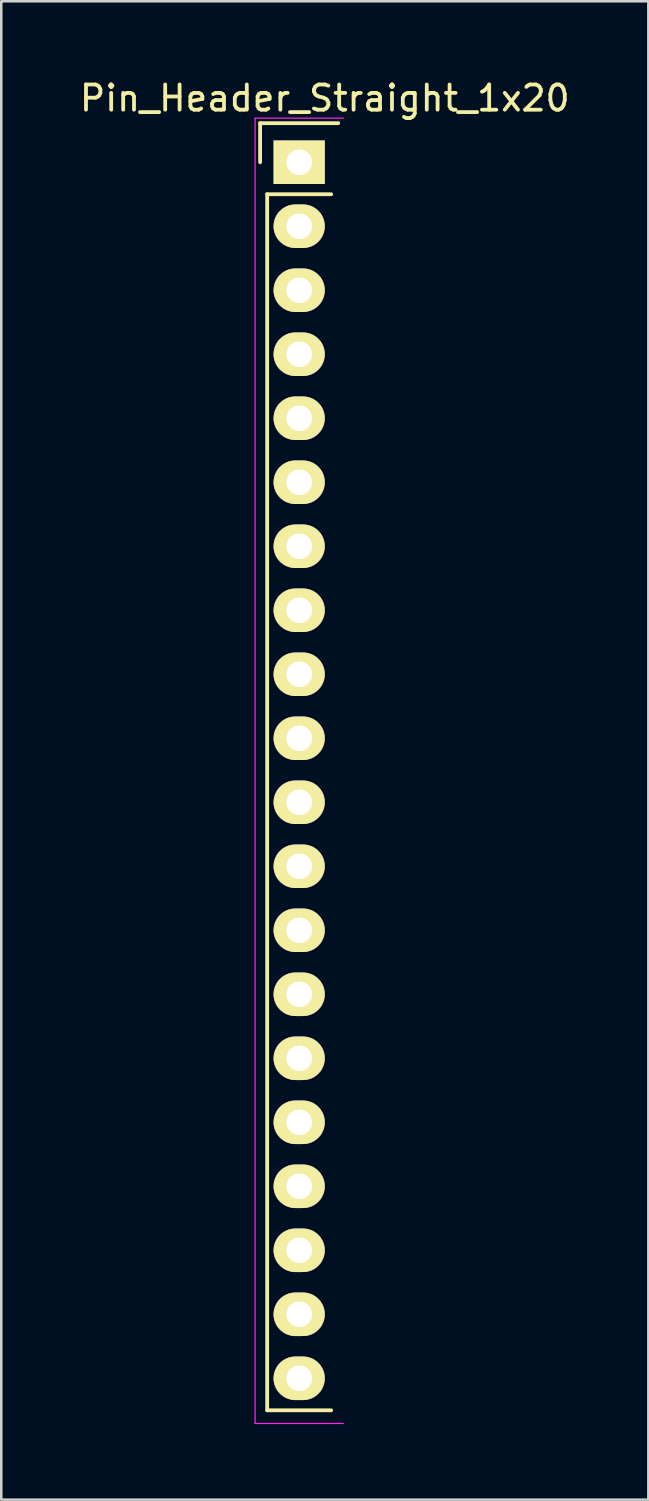
<source format=kicad_pcb>
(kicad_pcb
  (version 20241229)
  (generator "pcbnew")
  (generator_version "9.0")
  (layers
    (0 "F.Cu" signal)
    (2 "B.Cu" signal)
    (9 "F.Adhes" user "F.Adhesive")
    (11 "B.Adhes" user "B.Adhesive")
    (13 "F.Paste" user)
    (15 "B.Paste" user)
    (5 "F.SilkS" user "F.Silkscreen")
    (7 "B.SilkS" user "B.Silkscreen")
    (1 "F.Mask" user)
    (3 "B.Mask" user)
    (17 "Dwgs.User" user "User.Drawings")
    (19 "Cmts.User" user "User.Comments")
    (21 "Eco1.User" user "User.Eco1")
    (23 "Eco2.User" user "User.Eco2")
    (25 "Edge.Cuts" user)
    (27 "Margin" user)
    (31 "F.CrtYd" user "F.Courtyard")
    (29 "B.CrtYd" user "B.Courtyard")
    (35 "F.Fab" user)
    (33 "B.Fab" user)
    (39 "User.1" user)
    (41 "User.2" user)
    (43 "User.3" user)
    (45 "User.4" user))
  (footprint "Pin_Header_Straight_1x20"
    (layer "F.Cu")
    (at 8.823 3.388)
    (property "Reference" "Pin_Header_Straight_1x20" (at 1.016 -2.54 0) (layer "F.SilkS") (effects (font (size 1 1) (thickness 0.15))))
    (attr through_hole)
    (fp_line (start -1.55 -1.55) (end 1.55 -1.55) (stroke (width 0.15) (type solid)) (layer "F.SilkS"))
    (fp_line (start -1.55 0) (end -1.55 -1.55) (stroke (width 0.15) (type solid)) (layer "F.SilkS"))
    (fp_line (start -1.27 49.53) (end -1.27 1.27) (stroke (width 0.15) (type solid)) (layer "F.SilkS"))
    (fp_line (start 1.27 1.27) (end -1.27 1.27) (stroke (width 0.15) (type solid)) (layer "F.SilkS"))
    (fp_line (start 1.27 49.53) (end -1.27 49.53) (stroke (width 0.15) (type solid)) (layer "F.SilkS"))
    (fp_line (start -1.75 -1.75) (end -1.75 50.05) (stroke (width 0.05) (type solid)) (layer "F.CrtYd"))
    (fp_line (start -1.75 -1.75) (end 1.75 -1.75) (stroke (width 0.05) (type solid)) (layer "F.CrtYd"))
    (fp_line (start -1.75 50.05) (end 1.75 50.05) (stroke (width 0.05) (type solid)) (layer "F.CrtYd"))
    (pad "1" thru_hole rect (at 0 0) (size 2.032 1.727) (drill 1.016) (layers "*.Cu" "*.Mask" "F.SilkS"))
    (pad "2" thru_hole oval (at 0 2.54) (size 2.032 1.727) (drill 1.016) (layers "*.Cu" "*.Mask" "F.SilkS"))
    (pad "3" thru_hole oval (at 0 5.08) (size 2.032 1.727) (drill 1.016) (layers "*.Cu" "*.Mask" "F.SilkS"))
    (pad "4" thru_hole oval (at 0 7.62) (size 2.032 1.727) (drill 1.016) (layers "*.Cu" "*.Mask" "F.SilkS"))
    (pad "5" thru_hole oval (at 0 10.16) (size 2.032 1.727) (drill 1.016) (layers "*.Cu" "*.Mask" "F.SilkS"))
    (pad "6" thru_hole oval (at 0 12.7) (size 2.032 1.727) (drill 1.016) (layers "*.Cu" "*.Mask" "F.SilkS"))
    (pad "7" thru_hole oval (at 0 15.24) (size 2.032 1.727) (drill 1.016) (layers "*.Cu" "*.Mask" "F.SilkS"))
    (pad "8" thru_hole oval (at 0 17.78) (size 2.032 1.727) (drill 1.016) (layers "*.Cu" "*.Mask" "F.SilkS"))
    (pad "9" thru_hole oval (at 0 20.32) (size 2.032 1.727) (drill 1.016) (layers "*.Cu" "*.Mask" "F.SilkS"))
    (pad "10" thru_hole oval (at 0 22.86) (size 2.032 1.727) (drill 1.016) (layers "*.Cu" "*.Mask" "F.SilkS"))
    (pad "11" thru_hole oval (at 0 25.4) (size 2.032 1.727) (drill 1.016) (layers "*.Cu" "*.Mask" "F.SilkS"))
    (pad "12" thru_hole oval (at 0 27.94) (size 2.032 1.727) (drill 1.016) (layers "*.Cu" "*.Mask" "F.SilkS"))
    (pad "13" thru_hole oval (at 0 30.48) (size 2.032 1.727) (drill 1.016) (layers "*.Cu" "*.Mask" "F.SilkS"))
    (pad "14" thru_hole oval (at 0 33.02) (size 2.032 1.727) (drill 1.016) (layers "*.Cu" "*.Mask" "F.SilkS"))
    (pad "15" thru_hole oval (at 0 35.56) (size 2.032 1.727) (drill 1.016) (layers "*.Cu" "*.Mask" "F.SilkS"))
    (pad "16" thru_hole oval (at 0 38.1) (size 2.032 1.727) (drill 1.016) (layers "*.Cu" "*.Mask" "F.SilkS"))
    (pad "17" thru_hole oval (at 0 40.64) (size 2.032 1.727) (drill 1.016) (layers "*.Cu" "*.Mask" "F.SilkS"))
    (pad "18" thru_hole oval (at 0 43.18) (size 2.032 1.727) (drill 1.016) (layers "*.Cu" "*.Mask" "F.SilkS"))
    (pad "19" thru_hole oval (at 0 45.72) (size 2.032 1.727) (drill 1.016) (layers "*.Cu" "*.Mask" "F.SilkS"))
    (pad "20" thru_hole oval (at 0 48.26) (size 2.032 1.727) (drill 1.016) (layers "*.Cu" "*.Mask" "F.SilkS")))
  (gr_rect
    (start -3 -3)
    (end 22.679 56.463)
    (stroke (width 0.1) (type default))
    (fill no)
    (layer "Edge.Cuts")))
</source>
